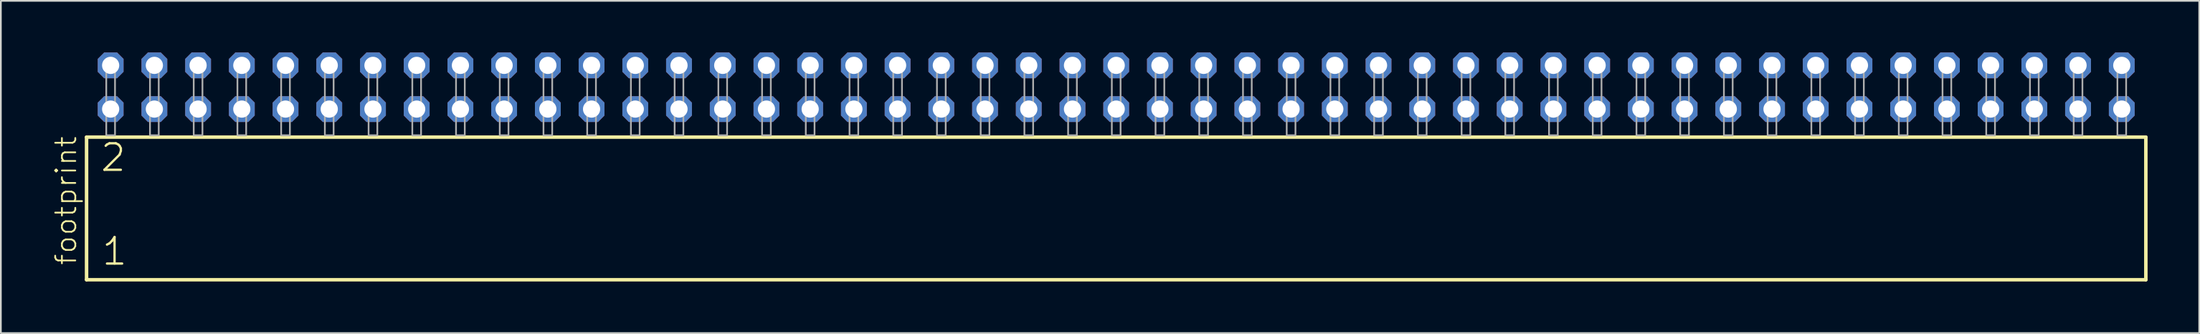
<source format=kicad_pcb>
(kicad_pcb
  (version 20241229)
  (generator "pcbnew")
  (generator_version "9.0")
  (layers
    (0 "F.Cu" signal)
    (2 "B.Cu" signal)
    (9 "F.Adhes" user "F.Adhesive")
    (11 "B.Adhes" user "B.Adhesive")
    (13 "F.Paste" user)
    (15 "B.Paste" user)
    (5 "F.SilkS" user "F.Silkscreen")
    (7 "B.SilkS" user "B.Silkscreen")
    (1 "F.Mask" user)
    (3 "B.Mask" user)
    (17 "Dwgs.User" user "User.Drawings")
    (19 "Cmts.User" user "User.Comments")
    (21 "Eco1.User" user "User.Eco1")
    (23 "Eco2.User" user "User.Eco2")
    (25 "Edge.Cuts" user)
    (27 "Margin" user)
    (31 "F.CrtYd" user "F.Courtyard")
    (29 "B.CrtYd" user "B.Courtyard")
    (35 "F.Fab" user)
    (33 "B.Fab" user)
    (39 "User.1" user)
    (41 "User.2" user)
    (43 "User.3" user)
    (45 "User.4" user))
  (footprint "footprint"
    (layer "F.Cu")
    (at 61.798 4.814)
    (property "Reference" "footprint" (at -60.325 7.62 90) (layer "F.SilkS") (effects (font (size 1.168 1.168) (thickness 0.102)) (justify left bottom)))
    (fp_line (start -59.819 0.106) (end -59.819 8.396) (stroke (width 0.203) (type solid)) (layer "F.SilkS"))
    (fp_line (start -59.819 8.396) (end 59.819 8.396) (stroke (width 0.203) (type solid)) (layer "F.SilkS"))
    (fp_line (start 59.819 0.106) (end -59.819 0.106) (stroke (width 0.203) (type solid)) (layer "F.SilkS"))
    (fp_line (start 59.819 8.396) (end 59.819 0.106) (stroke (width 0.203) (type solid)) (layer "F.SilkS"))
    (fp_poly (pts (xy -58.674 0) (xy -58.166 0) (xy -58.166 -4.318) (xy -58.674 -4.318)) (stroke (width 0.1) (type solid)) (fill no) (layer "F.Fab"))
    (fp_poly (pts (xy -56.134 0) (xy -55.626 0) (xy -55.626 -4.318) (xy -56.134 -4.318)) (stroke (width 0.1) (type solid)) (fill no) (layer "F.Fab"))
    (fp_poly (pts (xy -53.594 0) (xy -53.086 0) (xy -53.086 -4.318) (xy -53.594 -4.318)) (stroke (width 0.1) (type solid)) (fill no) (layer "F.Fab"))
    (fp_poly (pts (xy -51.054 0) (xy -50.546 0) (xy -50.546 -4.318) (xy -51.054 -4.318)) (stroke (width 0.1) (type solid)) (fill no) (layer "F.Fab"))
    (fp_poly (pts (xy -48.514 0) (xy -48.006 0) (xy -48.006 -4.318) (xy -48.514 -4.318)) (stroke (width 0.1) (type solid)) (fill no) (layer "F.Fab"))
    (fp_poly (pts (xy -45.974 0) (xy -45.466 0) (xy -45.466 -4.318) (xy -45.974 -4.318)) (stroke (width 0.1) (type solid)) (fill no) (layer "F.Fab"))
    (fp_poly (pts (xy -43.434 0) (xy -42.926 0) (xy -42.926 -4.318) (xy -43.434 -4.318)) (stroke (width 0.1) (type solid)) (fill no) (layer "F.Fab"))
    (fp_poly (pts (xy -40.894 0) (xy -40.386 0) (xy -40.386 -4.318) (xy -40.894 -4.318)) (stroke (width 0.1) (type solid)) (fill no) (layer "F.Fab"))
    (fp_poly (pts (xy -38.354 0) (xy -37.846 0) (xy -37.846 -4.318) (xy -38.354 -4.318)) (stroke (width 0.1) (type solid)) (fill no) (layer "F.Fab"))
    (fp_poly (pts (xy -35.814 0) (xy -35.306 0) (xy -35.306 -4.318) (xy -35.814 -4.318)) (stroke (width 0.1) (type solid)) (fill no) (layer "F.Fab"))
    (fp_poly (pts (xy -33.274 0) (xy -32.766 0) (xy -32.766 -4.318) (xy -33.274 -4.318)) (stroke (width 0.1) (type solid)) (fill no) (layer "F.Fab"))
    (fp_poly (pts (xy -30.734 0) (xy -30.226 0) (xy -30.226 -4.318) (xy -30.734 -4.318)) (stroke (width 0.1) (type solid)) (fill no) (layer "F.Fab"))
    (fp_poly (pts (xy -28.194 0) (xy -27.686 0) (xy -27.686 -4.318) (xy -28.194 -4.318)) (stroke (width 0.1) (type solid)) (fill no) (layer "F.Fab"))
    (fp_poly (pts (xy -25.654 0) (xy -25.146 0) (xy -25.146 -4.318) (xy -25.654 -4.318)) (stroke (width 0.1) (type solid)) (fill no) (layer "F.Fab"))
    (fp_poly (pts (xy -23.114 0) (xy -22.606 0) (xy -22.606 -4.318) (xy -23.114 -4.318)) (stroke (width 0.1) (type solid)) (fill no) (layer "F.Fab"))
    (fp_poly (pts (xy -20.574 0) (xy -20.066 0) (xy -20.066 -4.318) (xy -20.574 -4.318)) (stroke (width 0.1) (type solid)) (fill no) (layer "F.Fab"))
    (fp_poly (pts (xy -18.034 0) (xy -17.526 0) (xy -17.526 -4.318) (xy -18.034 -4.318)) (stroke (width 0.1) (type solid)) (fill no) (layer "F.Fab"))
    (fp_poly (pts (xy -15.494 0) (xy -14.986 0) (xy -14.986 -4.318) (xy -15.494 -4.318)) (stroke (width 0.1) (type solid)) (fill no) (layer "F.Fab"))
    (fp_poly (pts (xy -12.954 0) (xy -12.446 0) (xy -12.446 -4.318) (xy -12.954 -4.318)) (stroke (width 0.1) (type solid)) (fill no) (layer "F.Fab"))
    (fp_poly (pts (xy -10.414 0) (xy -9.906 0) (xy -9.906 -4.318) (xy -10.414 -4.318)) (stroke (width 0.1) (type solid)) (fill no) (layer "F.Fab"))
    (fp_poly (pts (xy -7.874 0) (xy -7.366 0) (xy -7.366 -4.318) (xy -7.874 -4.318)) (stroke (width 0.1) (type solid)) (fill no) (layer "F.Fab"))
    (fp_poly (pts (xy -5.334 0) (xy -4.826 0) (xy -4.826 -4.318) (xy -5.334 -4.318)) (stroke (width 0.1) (type solid)) (fill no) (layer "F.Fab"))
    (fp_poly (pts (xy -2.794 0) (xy -2.286 0) (xy -2.286 -4.318) (xy -2.794 -4.318)) (stroke (width 0.1) (type solid)) (fill no) (layer "F.Fab"))
    (fp_poly (pts (xy -0.254 0) (xy 0.254 0) (xy 0.254 -4.318) (xy -0.254 -4.318)) (stroke (width 0.1) (type solid)) (fill no) (layer "F.Fab"))
    (fp_poly (pts (xy 2.286 0) (xy 2.794 0) (xy 2.794 -4.318) (xy 2.286 -4.318)) (stroke (width 0.1) (type solid)) (fill no) (layer "F.Fab"))
    (fp_poly (pts (xy 4.826 0) (xy 5.334 0) (xy 5.334 -4.318) (xy 4.826 -4.318)) (stroke (width 0.1) (type solid)) (fill no) (layer "F.Fab"))
    (fp_poly (pts (xy 7.366 0) (xy 7.874 0) (xy 7.874 -4.318) (xy 7.366 -4.318)) (stroke (width 0.1) (type solid)) (fill no) (layer "F.Fab"))
    (fp_poly (pts (xy 9.906 0) (xy 10.414 0) (xy 10.414 -4.318) (xy 9.906 -4.318)) (stroke (width 0.1) (type solid)) (fill no) (layer "F.Fab"))
    (fp_poly (pts (xy 12.446 0) (xy 12.954 0) (xy 12.954 -4.318) (xy 12.446 -4.318)) (stroke (width 0.1) (type solid)) (fill no) (layer "F.Fab"))
    (fp_poly (pts (xy 14.986 0) (xy 15.494 0) (xy 15.494 -4.318) (xy 14.986 -4.318)) (stroke (width 0.1) (type solid)) (fill no) (layer "F.Fab"))
    (fp_poly (pts (xy 17.526 0) (xy 18.034 0) (xy 18.034 -4.318) (xy 17.526 -4.318)) (stroke (width 0.1) (type solid)) (fill no) (layer "F.Fab"))
    (fp_poly (pts (xy 20.066 0) (xy 20.574 0) (xy 20.574 -4.318) (xy 20.066 -4.318)) (stroke (width 0.1) (type solid)) (fill no) (layer "F.Fab"))
    (fp_poly (pts (xy 22.606 0) (xy 23.114 0) (xy 23.114 -4.318) (xy 22.606 -4.318)) (stroke (width 0.1) (type solid)) (fill no) (layer "F.Fab"))
    (fp_poly (pts (xy 25.146 0) (xy 25.654 0) (xy 25.654 -4.318) (xy 25.146 -4.318)) (stroke (width 0.1) (type solid)) (fill no) (layer "F.Fab"))
    (fp_poly (pts (xy 27.686 0) (xy 28.194 0) (xy 28.194 -4.318) (xy 27.686 -4.318)) (stroke (width 0.1) (type solid)) (fill no) (layer "F.Fab"))
    (fp_poly (pts (xy 30.226 0) (xy 30.734 0) (xy 30.734 -4.318) (xy 30.226 -4.318)) (stroke (width 0.1) (type solid)) (fill no) (layer "F.Fab"))
    (fp_poly (pts (xy 32.766 0) (xy 33.274 0) (xy 33.274 -4.318) (xy 32.766 -4.318)) (stroke (width 0.1) (type solid)) (fill no) (layer "F.Fab"))
    (fp_poly (pts (xy 35.306 0) (xy 35.814 0) (xy 35.814 -4.318) (xy 35.306 -4.318)) (stroke (width 0.1) (type solid)) (fill no) (layer "F.Fab"))
    (fp_poly (pts (xy 37.846 0) (xy 38.354 0) (xy 38.354 -4.318) (xy 37.846 -4.318)) (stroke (width 0.1) (type solid)) (fill no) (layer "F.Fab"))
    (fp_poly (pts (xy 40.386 0) (xy 40.894 0) (xy 40.894 -4.318) (xy 40.386 -4.318)) (stroke (width 0.1) (type solid)) (fill no) (layer "F.Fab"))
    (fp_poly (pts (xy 42.926 0) (xy 43.434 0) (xy 43.434 -4.318) (xy 42.926 -4.318)) (stroke (width 0.1) (type solid)) (fill no) (layer "F.Fab"))
    (fp_poly (pts (xy 45.466 0) (xy 45.974 0) (xy 45.974 -4.318) (xy 45.466 -4.318)) (stroke (width 0.1) (type solid)) (fill no) (layer "F.Fab"))
    (fp_poly (pts (xy 48.006 0) (xy 48.514 0) (xy 48.514 -4.318) (xy 48.006 -4.318)) (stroke (width 0.1) (type solid)) (fill no) (layer "F.Fab"))
    (fp_poly (pts (xy 50.546 0) (xy 51.054 0) (xy 51.054 -4.318) (xy 50.546 -4.318)) (stroke (width 0.1) (type solid)) (fill no) (layer "F.Fab"))
    (fp_poly (pts (xy 53.086 0) (xy 53.594 0) (xy 53.594 -4.318) (xy 53.086 -4.318)) (stroke (width 0.1) (type solid)) (fill no) (layer "F.Fab"))
    (fp_poly (pts (xy 55.626 0) (xy 56.134 0) (xy 56.134 -4.318) (xy 55.626 -4.318)) (stroke (width 0.1) (type solid)) (fill no) (layer "F.Fab"))
    (fp_poly (pts (xy 58.166 0) (xy 58.674 0) (xy 58.674 -4.318) (xy 58.166 -4.318)) (stroke (width 0.1) (type solid)) (fill no) (layer "F.Fab"))
    (fp_text user "1" (at -59.015 7.65 0) (layer "F.SilkS") (effects (font (size 1.542 1.542) (thickness 0.134)) (justify left bottom)))
    (fp_text user "2" (at -59.09 2.2 0) (layer "F.SilkS") (effects (font (size 1.542 1.542) (thickness 0.134)) (justify left bottom)))
    (pad "1" thru_hole roundrect (at -58.42 -1.524) (size 1.5 1.5) (drill 1) (layers "*.Cu" "*.Mask") (roundrect_rratio 0.25) (chamfer_ratio 0.25) (chamfer top_left top_right bottom_left bottom_right))
    (pad "2" thru_hole roundrect (at -58.42 -4.064) (size 1.5 1.5) (drill 1) (layers "*.Cu" "*.Mask") (roundrect_rratio 0.25) (chamfer_ratio 0.25) (chamfer top_left top_right bottom_left bottom_right))
    (pad "3" thru_hole roundrect (at -55.88 -1.524) (size 1.5 1.5) (drill 1) (layers "*.Cu" "*.Mask") (roundrect_rratio 0.25) (chamfer_ratio 0.25) (chamfer top_left top_right bottom_left bottom_right))
    (pad "4" thru_hole roundrect (at -55.88 -4.064) (size 1.5 1.5) (drill 1) (layers "*.Cu" "*.Mask") (roundrect_rratio 0.25) (chamfer_ratio 0.25) (chamfer top_left top_right bottom_left bottom_right))
    (pad "5" thru_hole roundrect (at -53.34 -1.524) (size 1.5 1.5) (drill 1) (layers "*.Cu" "*.Mask") (roundrect_rratio 0.25) (chamfer_ratio 0.25) (chamfer top_left top_right bottom_left bottom_right))
    (pad "6" thru_hole roundrect (at -53.34 -4.064) (size 1.5 1.5) (drill 1) (layers "*.Cu" "*.Mask") (roundrect_rratio 0.25) (chamfer_ratio 0.25) (chamfer top_left top_right bottom_left bottom_right))
    (pad "7" thru_hole roundrect (at -50.8 -1.524) (size 1.5 1.5) (drill 1) (layers "*.Cu" "*.Mask") (roundrect_rratio 0.25) (chamfer_ratio 0.25) (chamfer top_left top_right bottom_left bottom_right))
    (pad "8" thru_hole roundrect (at -50.8 -4.064) (size 1.5 1.5) (drill 1) (layers "*.Cu" "*.Mask") (roundrect_rratio 0.25) (chamfer_ratio 0.25) (chamfer top_left top_right bottom_left bottom_right))
    (pad "9" thru_hole roundrect (at -48.26 -1.524) (size 1.5 1.5) (drill 1) (layers "*.Cu" "*.Mask") (roundrect_rratio 0.25) (chamfer_ratio 0.25) (chamfer top_left top_right bottom_left bottom_right))
    (pad "10" thru_hole roundrect (at -48.26 -4.064) (size 1.5 1.5) (drill 1) (layers "*.Cu" "*.Mask") (roundrect_rratio 0.25) (chamfer_ratio 0.25) (chamfer top_left top_right bottom_left bottom_right))
    (pad "11" thru_hole roundrect (at -45.72 -1.524) (size 1.5 1.5) (drill 1) (layers "*.Cu" "*.Mask") (roundrect_rratio 0.25) (chamfer_ratio 0.25) (chamfer top_left top_right bottom_left bottom_right))
    (pad "12" thru_hole roundrect (at -45.72 -4.064) (size 1.5 1.5) (drill 1) (layers "*.Cu" "*.Mask") (roundrect_rratio 0.25) (chamfer_ratio 0.25) (chamfer top_left top_right bottom_left bottom_right))
    (pad "13" thru_hole roundrect (at -43.18 -1.524) (size 1.5 1.5) (drill 1) (layers "*.Cu" "*.Mask") (roundrect_rratio 0.25) (chamfer_ratio 0.25) (chamfer top_left top_right bottom_left bottom_right))
    (pad "14" thru_hole roundrect (at -43.18 -4.064) (size 1.5 1.5) (drill 1) (layers "*.Cu" "*.Mask") (roundrect_rratio 0.25) (chamfer_ratio 0.25) (chamfer top_left top_right bottom_left bottom_right))
    (pad "15" thru_hole roundrect (at -40.64 -1.524) (size 1.5 1.5) (drill 1) (layers "*.Cu" "*.Mask") (roundrect_rratio 0.25) (chamfer_ratio 0.25) (chamfer top_left top_right bottom_left bottom_right))
    (pad "16" thru_hole roundrect (at -40.64 -4.064) (size 1.5 1.5) (drill 1) (layers "*.Cu" "*.Mask") (roundrect_rratio 0.25) (chamfer_ratio 0.25) (chamfer top_left top_right bottom_left bottom_right))
    (pad "17" thru_hole roundrect (at -38.1 -1.524) (size 1.5 1.5) (drill 1) (layers "*.Cu" "*.Mask") (roundrect_rratio 0.25) (chamfer_ratio 0.25) (chamfer top_left top_right bottom_left bottom_right))
    (pad "18" thru_hole roundrect (at -38.1 -4.064) (size 1.5 1.5) (drill 1) (layers "*.Cu" "*.Mask") (roundrect_rratio 0.25) (chamfer_ratio 0.25) (chamfer top_left top_right bottom_left bottom_right))
    (pad "19" thru_hole roundrect (at -35.56 -1.524) (size 1.5 1.5) (drill 1) (layers "*.Cu" "*.Mask") (roundrect_rratio 0.25) (chamfer_ratio 0.25) (chamfer top_left top_right bottom_left bottom_right))
    (pad "20" thru_hole roundrect (at -35.56 -4.064) (size 1.5 1.5) (drill 1) (layers "*.Cu" "*.Mask") (roundrect_rratio 0.25) (chamfer_ratio 0.25) (chamfer top_left top_right bottom_left bottom_right))
    (pad "21" thru_hole roundrect (at -33.02 -1.524) (size 1.5 1.5) (drill 1) (layers "*.Cu" "*.Mask") (roundrect_rratio 0.25) (chamfer_ratio 0.25) (chamfer top_left top_right bottom_left bottom_right))
    (pad "22" thru_hole roundrect (at -33.02 -4.064) (size 1.5 1.5) (drill 1) (layers "*.Cu" "*.Mask") (roundrect_rratio 0.25) (chamfer_ratio 0.25) (chamfer top_left top_right bottom_left bottom_right))
    (pad "23" thru_hole roundrect (at -30.48 -1.524) (size 1.5 1.5) (drill 1) (layers "*.Cu" "*.Mask") (roundrect_rratio 0.25) (chamfer_ratio 0.25) (chamfer top_left top_right bottom_left bottom_right))
    (pad "24" thru_hole roundrect (at -30.48 -4.064) (size 1.5 1.5) (drill 1) (layers "*.Cu" "*.Mask") (roundrect_rratio 0.25) (chamfer_ratio 0.25) (chamfer top_left top_right bottom_left bottom_right))
    (pad "25" thru_hole roundrect (at -27.94 -1.524) (size 1.5 1.5) (drill 1) (layers "*.Cu" "*.Mask") (roundrect_rratio 0.25) (chamfer_ratio 0.25) (chamfer top_left top_right bottom_left bottom_right))
    (pad "26" thru_hole roundrect (at -27.94 -4.064) (size 1.5 1.5) (drill 1) (layers "*.Cu" "*.Mask") (roundrect_rratio 0.25) (chamfer_ratio 0.25) (chamfer top_left top_right bottom_left bottom_right))
    (pad "27" thru_hole roundrect (at -25.4 -1.524) (size 1.5 1.5) (drill 1) (layers "*.Cu" "*.Mask") (roundrect_rratio 0.25) (chamfer_ratio 0.25) (chamfer top_left top_right bottom_left bottom_right))
    (pad "28" thru_hole roundrect (at -25.4 -4.064) (size 1.5 1.5) (drill 1) (layers "*.Cu" "*.Mask") (roundrect_rratio 0.25) (chamfer_ratio 0.25) (chamfer top_left top_right bottom_left bottom_right))
    (pad "29" thru_hole roundrect (at -22.86 -1.524) (size 1.5 1.5) (drill 1) (layers "*.Cu" "*.Mask") (roundrect_rratio 0.25) (chamfer_ratio 0.25) (chamfer top_left top_right bottom_left bottom_right))
    (pad "30" thru_hole roundrect (at -22.86 -4.064) (size 1.5 1.5) (drill 1) (layers "*.Cu" "*.Mask") (roundrect_rratio 0.25) (chamfer_ratio 0.25) (chamfer top_left top_right bottom_left bottom_right))
    (pad "31" thru_hole roundrect (at -20.32 -1.524) (size 1.5 1.5) (drill 1) (layers "*.Cu" "*.Mask") (roundrect_rratio 0.25) (chamfer_ratio 0.25) (chamfer top_left top_right bottom_left bottom_right))
    (pad "32" thru_hole roundrect (at -20.32 -4.064) (size 1.5 1.5) (drill 1) (layers "*.Cu" "*.Mask") (roundrect_rratio 0.25) (chamfer_ratio 0.25) (chamfer top_left top_right bottom_left bottom_right))
    (pad "33" thru_hole roundrect (at -17.78 -1.524) (size 1.5 1.5) (drill 1) (layers "*.Cu" "*.Mask") (roundrect_rratio 0.25) (chamfer_ratio 0.25) (chamfer top_left top_right bottom_left bottom_right))
    (pad "34" thru_hole roundrect (at -17.78 -4.064) (size 1.5 1.5) (drill 1) (layers "*.Cu" "*.Mask") (roundrect_rratio 0.25) (chamfer_ratio 0.25) (chamfer top_left top_right bottom_left bottom_right))
    (pad "35" thru_hole roundrect (at -15.24 -1.524) (size 1.5 1.5) (drill 1) (layers "*.Cu" "*.Mask") (roundrect_rratio 0.25) (chamfer_ratio 0.25) (chamfer top_left top_right bottom_left bottom_right))
    (pad "36" thru_hole roundrect (at -15.24 -4.064) (size 1.5 1.5) (drill 1) (layers "*.Cu" "*.Mask") (roundrect_rratio 0.25) (chamfer_ratio 0.25) (chamfer top_left top_right bottom_left bottom_right))
    (pad "37" thru_hole roundrect (at -12.7 -1.524) (size 1.5 1.5) (drill 1) (layers "*.Cu" "*.Mask") (roundrect_rratio 0.25) (chamfer_ratio 0.25) (chamfer top_left top_right bottom_left bottom_right))
    (pad "38" thru_hole roundrect (at -12.7 -4.064) (size 1.5 1.5) (drill 1) (layers "*.Cu" "*.Mask") (roundrect_rratio 0.25) (chamfer_ratio 0.25) (chamfer top_left top_right bottom_left bottom_right))
    (pad "39" thru_hole roundrect (at -10.16 -1.524) (size 1.5 1.5) (drill 1) (layers "*.Cu" "*.Mask") (roundrect_rratio 0.25) (chamfer_ratio 0.25) (chamfer top_left top_right bottom_left bottom_right))
    (pad "40" thru_hole roundrect (at -10.16 -4.064) (size 1.5 1.5) (drill 1) (layers "*.Cu" "*.Mask") (roundrect_rratio 0.25) (chamfer_ratio 0.25) (chamfer top_left top_right bottom_left bottom_right))
    (pad "41" thru_hole roundrect (at -7.62 -1.524) (size 1.5 1.5) (drill 1) (layers "*.Cu" "*.Mask") (roundrect_rratio 0.25) (chamfer_ratio 0.25) (chamfer top_left top_right bottom_left bottom_right))
    (pad "42" thru_hole roundrect (at -7.62 -4.064) (size 1.5 1.5) (drill 1) (layers "*.Cu" "*.Mask") (roundrect_rratio 0.25) (chamfer_ratio 0.25) (chamfer top_left top_right bottom_left bottom_right))
    (pad "43" thru_hole roundrect (at -5.08 -1.524) (size 1.5 1.5) (drill 1) (layers "*.Cu" "*.Mask") (roundrect_rratio 0.25) (chamfer_ratio 0.25) (chamfer top_left top_right bottom_left bottom_right))
    (pad "44" thru_hole roundrect (at -5.08 -4.064) (size 1.5 1.5) (drill 1) (layers "*.Cu" "*.Mask") (roundrect_rratio 0.25) (chamfer_ratio 0.25) (chamfer top_left top_right bottom_left bottom_right))
    (pad "45" thru_hole roundrect (at -2.54 -1.524) (size 1.5 1.5) (drill 1) (layers "*.Cu" "*.Mask") (roundrect_rratio 0.25) (chamfer_ratio 0.25) (chamfer top_left top_right bottom_left bottom_right))
    (pad "46" thru_hole roundrect (at -2.54 -4.064) (size 1.5 1.5) (drill 1) (layers "*.Cu" "*.Mask") (roundrect_rratio 0.25) (chamfer_ratio 0.25) (chamfer top_left top_right bottom_left bottom_right))
    (pad "47" thru_hole roundrect (at 0 -1.524) (size 1.5 1.5) (drill 1) (layers "*.Cu" "*.Mask") (roundrect_rratio 0.25) (chamfer_ratio 0.25) (chamfer top_left top_right bottom_left bottom_right))
    (pad "48" thru_hole roundrect (at 0 -4.064) (size 1.5 1.5) (drill 1) (layers "*.Cu" "*.Mask") (roundrect_rratio 0.25) (chamfer_ratio 0.25) (chamfer top_left top_right bottom_left bottom_right))
    (pad "49" thru_hole roundrect (at 2.54 -1.524) (size 1.5 1.5) (drill 1) (layers "*.Cu" "*.Mask") (roundrect_rratio 0.25) (chamfer_ratio 0.25) (chamfer top_left top_right bottom_left bottom_right))
    (pad "50" thru_hole roundrect (at 2.54 -4.064) (size 1.5 1.5) (drill 1) (layers "*.Cu" "*.Mask") (roundrect_rratio 0.25) (chamfer_ratio 0.25) (chamfer top_left top_right bottom_left bottom_right))
    (pad "51" thru_hole roundrect (at 5.08 -1.524) (size 1.5 1.5) (drill 1) (layers "*.Cu" "*.Mask") (roundrect_rratio 0.25) (chamfer_ratio 0.25) (chamfer top_left top_right bottom_left bottom_right))
    (pad "52" thru_hole roundrect (at 5.08 -4.064) (size 1.5 1.5) (drill 1) (layers "*.Cu" "*.Mask") (roundrect_rratio 0.25) (chamfer_ratio 0.25) (chamfer top_left top_right bottom_left bottom_right))
    (pad "53" thru_hole roundrect (at 7.62 -1.524) (size 1.5 1.5) (drill 1) (layers "*.Cu" "*.Mask") (roundrect_rratio 0.25) (chamfer_ratio 0.25) (chamfer top_left top_right bottom_left bottom_right))
    (pad "54" thru_hole roundrect (at 7.62 -4.064) (size 1.5 1.5) (drill 1) (layers "*.Cu" "*.Mask") (roundrect_rratio 0.25) (chamfer_ratio 0.25) (chamfer top_left top_right bottom_left bottom_right))
    (pad "55" thru_hole roundrect (at 10.16 -1.524) (size 1.5 1.5) (drill 1) (layers "*.Cu" "*.Mask") (roundrect_rratio 0.25) (chamfer_ratio 0.25) (chamfer top_left top_right bottom_left bottom_right))
    (pad "56" thru_hole roundrect (at 10.16 -4.064) (size 1.5 1.5) (drill 1) (layers "*.Cu" "*.Mask") (roundrect_rratio 0.25) (chamfer_ratio 0.25) (chamfer top_left top_right bottom_left bottom_right))
    (pad "57" thru_hole roundrect (at 12.7 -1.524) (size 1.5 1.5) (drill 1) (layers "*.Cu" "*.Mask") (roundrect_rratio 0.25) (chamfer_ratio 0.25) (chamfer top_left top_right bottom_left bottom_right))
    (pad "58" thru_hole roundrect (at 12.7 -4.064) (size 1.5 1.5) (drill 1) (layers "*.Cu" "*.Mask") (roundrect_rratio 0.25) (chamfer_ratio 0.25) (chamfer top_left top_right bottom_left bottom_right))
    (pad "59" thru_hole roundrect (at 15.24 -1.524) (size 1.5 1.5) (drill 1) (layers "*.Cu" "*.Mask") (roundrect_rratio 0.25) (chamfer_ratio 0.25) (chamfer top_left top_right bottom_left bottom_right))
    (pad "60" thru_hole roundrect (at 15.24 -4.064) (size 1.5 1.5) (drill 1) (layers "*.Cu" "*.Mask") (roundrect_rratio 0.25) (chamfer_ratio 0.25) (chamfer top_left top_right bottom_left bottom_right))
    (pad "61" thru_hole roundrect (at 17.78 -1.524) (size 1.5 1.5) (drill 1) (layers "*.Cu" "*.Mask") (roundrect_rratio 0.25) (chamfer_ratio 0.25) (chamfer top_left top_right bottom_left bottom_right))
    (pad "62" thru_hole roundrect (at 17.78 -4.064) (size 1.5 1.5) (drill 1) (layers "*.Cu" "*.Mask") (roundrect_rratio 0.25) (chamfer_ratio 0.25) (chamfer top_left top_right bottom_left bottom_right))
    (pad "63" thru_hole roundrect (at 20.32 -1.524) (size 1.5 1.5) (drill 1) (layers "*.Cu" "*.Mask") (roundrect_rratio 0.25) (chamfer_ratio 0.25) (chamfer top_left top_right bottom_left bottom_right))
    (pad "64" thru_hole roundrect (at 20.32 -4.064) (size 1.5 1.5) (drill 1) (layers "*.Cu" "*.Mask") (roundrect_rratio 0.25) (chamfer_ratio 0.25) (chamfer top_left top_right bottom_left bottom_right))
    (pad "65" thru_hole roundrect (at 22.86 -1.524) (size 1.5 1.5) (drill 1) (layers "*.Cu" "*.Mask") (roundrect_rratio 0.25) (chamfer_ratio 0.25) (chamfer top_left top_right bottom_left bottom_right))
    (pad "66" thru_hole roundrect (at 22.86 -4.064) (size 1.5 1.5) (drill 1) (layers "*.Cu" "*.Mask") (roundrect_rratio 0.25) (chamfer_ratio 0.25) (chamfer top_left top_right bottom_left bottom_right))
    (pad "67" thru_hole roundrect (at 25.4 -1.524) (size 1.5 1.5) (drill 1) (layers "*.Cu" "*.Mask") (roundrect_rratio 0.25) (chamfer_ratio 0.25) (chamfer top_left top_right bottom_left bottom_right))
    (pad "68" thru_hole roundrect (at 25.4 -4.064) (size 1.5 1.5) (drill 1) (layers "*.Cu" "*.Mask") (roundrect_rratio 0.25) (chamfer_ratio 0.25) (chamfer top_left top_right bottom_left bottom_right))
    (pad "69" thru_hole roundrect (at 27.94 -1.524) (size 1.5 1.5) (drill 1) (layers "*.Cu" "*.Mask") (roundrect_rratio 0.25) (chamfer_ratio 0.25) (chamfer top_left top_right bottom_left bottom_right))
    (pad "70" thru_hole roundrect (at 27.94 -4.064) (size 1.5 1.5) (drill 1) (layers "*.Cu" "*.Mask") (roundrect_rratio 0.25) (chamfer_ratio 0.25) (chamfer top_left top_right bottom_left bottom_right))
    (pad "71" thru_hole roundrect (at 30.48 -1.524) (size 1.5 1.5) (drill 1) (layers "*.Cu" "*.Mask") (roundrect_rratio 0.25) (chamfer_ratio 0.25) (chamfer top_left top_right bottom_left bottom_right))
    (pad "72" thru_hole roundrect (at 30.48 -4.064) (size 1.5 1.5) (drill 1) (layers "*.Cu" "*.Mask") (roundrect_rratio 0.25) (chamfer_ratio 0.25) (chamfer top_left top_right bottom_left bottom_right))
    (pad "73" thru_hole roundrect (at 33.02 -1.524) (size 1.5 1.5) (drill 1) (layers "*.Cu" "*.Mask") (roundrect_rratio 0.25) (chamfer_ratio 0.25) (chamfer top_left top_right bottom_left bottom_right))
    (pad "74" thru_hole roundrect (at 33.02 -4.064) (size 1.5 1.5) (drill 1) (layers "*.Cu" "*.Mask") (roundrect_rratio 0.25) (chamfer_ratio 0.25) (chamfer top_left top_right bottom_left bottom_right))
    (pad "75" thru_hole roundrect (at 35.56 -1.524) (size 1.5 1.5) (drill 1) (layers "*.Cu" "*.Mask") (roundrect_rratio 0.25) (chamfer_ratio 0.25) (chamfer top_left top_right bottom_left bottom_right))
    (pad "76" thru_hole roundrect (at 35.56 -4.064) (size 1.5 1.5) (drill 1) (layers "*.Cu" "*.Mask") (roundrect_rratio 0.25) (chamfer_ratio 0.25) (chamfer top_left top_right bottom_left bottom_right))
    (pad "77" thru_hole roundrect (at 38.1 -1.524) (size 1.5 1.5) (drill 1) (layers "*.Cu" "*.Mask") (roundrect_rratio 0.25) (chamfer_ratio 0.25) (chamfer top_left top_right bottom_left bottom_right))
    (pad "78" thru_hole roundrect (at 38.1 -4.064) (size 1.5 1.5) (drill 1) (layers "*.Cu" "*.Mask") (roundrect_rratio 0.25) (chamfer_ratio 0.25) (chamfer top_left top_right bottom_left bottom_right))
    (pad "79" thru_hole roundrect (at 40.64 -1.524) (size 1.5 1.5) (drill 1) (layers "*.Cu" "*.Mask") (roundrect_rratio 0.25) (chamfer_ratio 0.25) (chamfer top_left top_right bottom_left bottom_right))
    (pad "80" thru_hole roundrect (at 40.64 -4.064) (size 1.5 1.5) (drill 1) (layers "*.Cu" "*.Mask") (roundrect_rratio 0.25) (chamfer_ratio 0.25) (chamfer top_left top_right bottom_left bottom_right))
    (pad "81" thru_hole roundrect (at 43.18 -1.524) (size 1.5 1.5) (drill 1) (layers "*.Cu" "*.Mask") (roundrect_rratio 0.25) (chamfer_ratio 0.25) (chamfer top_left top_right bottom_left bottom_right))
    (pad "82" thru_hole roundrect (at 43.18 -4.064) (size 1.5 1.5) (drill 1) (layers "*.Cu" "*.Mask") (roundrect_rratio 0.25) (chamfer_ratio 0.25) (chamfer top_left top_right bottom_left bottom_right))
    (pad "83" thru_hole roundrect (at 45.72 -1.524) (size 1.5 1.5) (drill 1) (layers "*.Cu" "*.Mask") (roundrect_rratio 0.25) (chamfer_ratio 0.25) (chamfer top_left top_right bottom_left bottom_right))
    (pad "84" thru_hole roundrect (at 45.72 -4.064) (size 1.5 1.5) (drill 1) (layers "*.Cu" "*.Mask") (roundrect_rratio 0.25) (chamfer_ratio 0.25) (chamfer top_left top_right bottom_left bottom_right))
    (pad "85" thru_hole roundrect (at 48.26 -1.524) (size 1.5 1.5) (drill 1) (layers "*.Cu" "*.Mask") (roundrect_rratio 0.25) (chamfer_ratio 0.25) (chamfer top_left top_right bottom_left bottom_right))
    (pad "86" thru_hole roundrect (at 48.26 -4.064) (size 1.5 1.5) (drill 1) (layers "*.Cu" "*.Mask") (roundrect_rratio 0.25) (chamfer_ratio 0.25) (chamfer top_left top_right bottom_left bottom_right))
    (pad "87" thru_hole roundrect (at 50.8 -1.524) (size 1.5 1.5) (drill 1) (layers "*.Cu" "*.Mask") (roundrect_rratio 0.25) (chamfer_ratio 0.25) (chamfer top_left top_right bottom_left bottom_right))
    (pad "88" thru_hole roundrect (at 50.8 -4.064) (size 1.5 1.5) (drill 1) (layers "*.Cu" "*.Mask") (roundrect_rratio 0.25) (chamfer_ratio 0.25) (chamfer top_left top_right bottom_left bottom_right))
    (pad "89" thru_hole roundrect (at 53.34 -1.524) (size 1.5 1.5) (drill 1) (layers "*.Cu" "*.Mask") (roundrect_rratio 0.25) (chamfer_ratio 0.25) (chamfer top_left top_right bottom_left bottom_right))
    (pad "90" thru_hole roundrect (at 53.34 -4.064) (size 1.5 1.5) (drill 1) (layers "*.Cu" "*.Mask") (roundrect_rratio 0.25) (chamfer_ratio 0.25) (chamfer top_left top_right bottom_left bottom_right))
    (pad "91" thru_hole roundrect (at 55.88 -1.524) (size 1.5 1.5) (drill 1) (layers "*.Cu" "*.Mask") (roundrect_rratio 0.25) (chamfer_ratio 0.25) (chamfer top_left top_right bottom_left bottom_right))
    (pad "92" thru_hole roundrect (at 55.88 -4.064) (size 1.5 1.5) (drill 1) (layers "*.Cu" "*.Mask") (roundrect_rratio 0.25) (chamfer_ratio 0.25) (chamfer top_left top_right bottom_left bottom_right))
    (pad "93" thru_hole roundrect (at 58.42 -1.524) (size 1.5 1.5) (drill 1) (layers "*.Cu" "*.Mask") (roundrect_rratio 0.25) (chamfer_ratio 0.25) (chamfer top_left top_right bottom_left bottom_right))
    (pad "94" thru_hole roundrect (at 58.42 -4.064) (size 1.5 1.5) (drill 1) (layers "*.Cu" "*.Mask") (roundrect_rratio 0.25) (chamfer_ratio 0.25) (chamfer top_left top_right bottom_left bottom_right)))
  (gr_rect
    (start -3 -3)
    (end 124.719 16.312)
    (stroke (width 0.1) (type default))
    (fill no)
    (layer "Edge.Cuts")))
</source>
